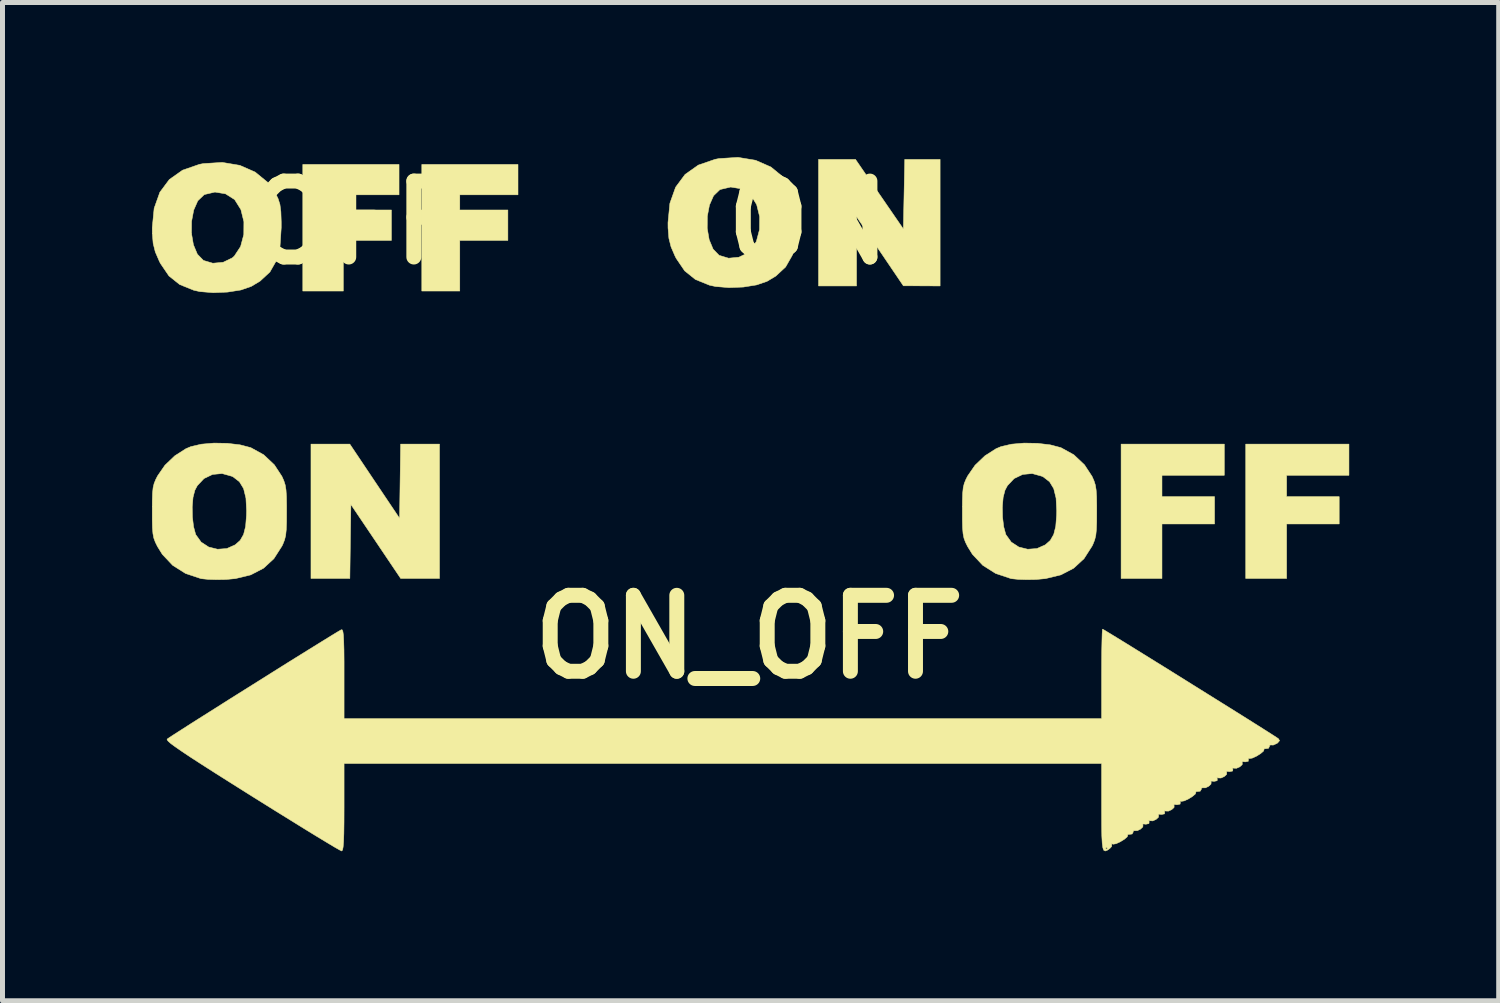
<source format=kicad_pcb>
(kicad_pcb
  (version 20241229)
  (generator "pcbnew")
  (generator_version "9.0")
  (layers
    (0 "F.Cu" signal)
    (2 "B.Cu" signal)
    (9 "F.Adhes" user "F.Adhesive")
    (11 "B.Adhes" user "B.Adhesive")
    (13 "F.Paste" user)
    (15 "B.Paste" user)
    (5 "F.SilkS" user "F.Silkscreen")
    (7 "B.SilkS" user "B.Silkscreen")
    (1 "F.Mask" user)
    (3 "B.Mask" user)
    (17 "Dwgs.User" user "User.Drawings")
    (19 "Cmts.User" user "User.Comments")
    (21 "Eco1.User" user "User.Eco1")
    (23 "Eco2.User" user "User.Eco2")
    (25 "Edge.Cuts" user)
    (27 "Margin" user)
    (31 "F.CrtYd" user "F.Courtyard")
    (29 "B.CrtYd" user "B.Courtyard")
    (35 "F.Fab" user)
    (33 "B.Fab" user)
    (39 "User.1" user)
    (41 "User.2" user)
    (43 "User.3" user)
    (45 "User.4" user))
  (footprint "ON_OFF"
    (layer "F.Cu")
    (at 11.982 9.73)
    (property "Reference" "ON_OFF" (at 0 0 0) (layer "F.SilkS") (effects (font (size 1.524 1.524) (thickness 0.3))))
    (attr through_hole)
    (fp_poly (pts (xy 9.535 -3.243) (xy 8.284 -3.243) (xy 8.284 -2.814) (xy 9.339 -2.814) (xy 9.339 -2.266) (xy 8.284 -2.266) (xy 8.284 -1.172) (xy 7.464 -1.172) (xy 7.464 -3.869) (xy 9.535 -3.869) (xy 9.535 -3.243)) (stroke (width 0.01) (type solid)) (fill yes) (layer "F.SilkS"))
    (fp_poly (pts (xy 12.036 -3.243) (xy 10.785 -3.243) (xy 10.785 -2.814) (xy 11.84 -2.814) (xy 11.84 -2.266) (xy 10.785 -2.266) (xy 10.785 -1.172) (xy 9.965 -1.172) (xy 9.965 -3.869) (xy 12.036 -3.869) (xy 12.036 -3.243)) (stroke (width 0.01) (type solid)) (fill yes) (layer "F.SilkS"))
    (fp_poly (pts (xy -7.514 -3.124) (xy -7.014 -2.379) (xy -6.993 -3.869) (xy -6.213 -3.869) (xy -6.213 -1.172) (xy -6.991 -1.172) (xy -7.491 -1.915) (xy -7.991 -2.657) (xy -8.002 -1.915) (xy -8.012 -1.172) (xy -8.792 -1.172) (xy -8.792 -3.869) (xy -8.013 -3.869) (xy -7.514 -3.124)) (stroke (width 0.01) (type solid)) (fill yes) (layer "F.SilkS"))
    (fp_poly (pts (xy -10.469 -3.884) (xy -10.215 -3.854) (xy -10.005 -3.799) (xy -9.997 -3.796) (xy -9.741 -3.655) (xy -9.527 -3.453) (xy -9.375 -3.221) (xy -9.336 -3.133) (xy -9.309 -3.048) (xy -9.293 -2.949) (xy -9.284 -2.815) (xy -9.281 -2.631) (xy -9.281 -2.52) (xy -9.282 -2.305) (xy -9.288 -2.15) (xy -9.3 -2.036) (xy -9.322 -1.947) (xy -9.355 -1.863) (xy -9.374 -1.823) (xy -9.536 -1.57) (xy -9.744 -1.378) (xy -10 -1.245) (xy -10.308 -1.17) (xy -10.501 -1.152) (xy -10.68 -1.149) (xy -10.85 -1.154) (xy -10.98 -1.167) (xy -11.004 -1.171) (xy -11.309 -1.273) (xy -11.567 -1.436) (xy -11.775 -1.657) (xy -11.873 -1.815) (xy -11.916 -1.902) (xy -11.945 -1.981) (xy -11.963 -2.072) (xy -11.973 -2.191) (xy -11.977 -2.356) (xy -11.977 -2.52) (xy -11.977 -2.61) (xy -11.175 -2.61) (xy -11.171 -2.404) (xy -11.148 -2.211) (xy -11.107 -2.059) (xy -11.102 -2.049) (xy -10.996 -1.902) (xy -10.844 -1.803) (xy -10.666 -1.759) (xy -10.48 -1.773) (xy -10.312 -1.848) (xy -10.212 -1.937) (xy -10.144 -2.056) (xy -10.103 -2.219) (xy -10.086 -2.44) (xy -10.084 -2.532) (xy -10.097 -2.785) (xy -10.144 -2.976) (xy -10.228 -3.114) (xy -10.354 -3.211) (xy -10.379 -3.223) (xy -10.575 -3.278) (xy -10.767 -3.26) (xy -10.938 -3.178) (xy -11.073 -3.035) (xy -11.122 -2.942) (xy -11.159 -2.799) (xy -11.175 -2.61) (xy -11.977 -2.61) (xy -11.976 -2.732) (xy -11.971 -2.884) (xy -11.96 -2.994) (xy -11.939 -3.08) (xy -11.906 -3.16) (xy -11.871 -3.229) (xy -11.722 -3.445) (xy -11.524 -3.634) (xy -11.302 -3.776) (xy -11.202 -3.818) (xy -10.992 -3.867) (xy -10.738 -3.889) (xy -10.469 -3.884)) (stroke (width 0.01) (type solid)) (fill yes) (layer "F.SilkS"))
    (fp_poly (pts (xy 5.787 -3.884) (xy 6.041 -3.854) (xy 6.251 -3.799) (xy 6.259 -3.796) (xy 6.515 -3.655) (xy 6.729 -3.453) (xy 6.881 -3.221) (xy 6.92 -3.133) (xy 6.947 -3.048) (xy 6.963 -2.949) (xy 6.972 -2.815) (xy 6.975 -2.631) (xy 6.975 -2.52) (xy 6.974 -2.305) (xy 6.968 -2.15) (xy 6.956 -2.036) (xy 6.934 -1.947) (xy 6.901 -1.863) (xy 6.882 -1.823) (xy 6.72 -1.57) (xy 6.512 -1.378) (xy 6.256 -1.245) (xy 5.948 -1.17) (xy 5.755 -1.152) (xy 5.576 -1.149) (xy 5.406 -1.154) (xy 5.276 -1.167) (xy 5.252 -1.171) (xy 4.947 -1.273) (xy 4.689 -1.436) (xy 4.481 -1.657) (xy 4.383 -1.815) (xy 4.34 -1.902) (xy 4.311 -1.981) (xy 4.293 -2.072) (xy 4.283 -2.191) (xy 4.279 -2.356) (xy 4.279 -2.52) (xy 4.279 -2.61) (xy 5.081 -2.61) (xy 5.085 -2.404) (xy 5.108 -2.211) (xy 5.149 -2.059) (xy 5.154 -2.049) (xy 5.26 -1.902) (xy 5.412 -1.803) (xy 5.59 -1.759) (xy 5.776 -1.773) (xy 5.944 -1.848) (xy 6.044 -1.937) (xy 6.112 -2.056) (xy 6.153 -2.219) (xy 6.17 -2.44) (xy 6.172 -2.532) (xy 6.159 -2.785) (xy 6.112 -2.976) (xy 6.028 -3.114) (xy 5.902 -3.211) (xy 5.877 -3.223) (xy 5.681 -3.278) (xy 5.489 -3.26) (xy 5.318 -3.178) (xy 5.183 -3.035) (xy 5.134 -2.942) (xy 5.097 -2.799) (xy 5.081 -2.61) (xy 4.279 -2.61) (xy 4.28 -2.732) (xy 4.285 -2.884) (xy 4.296 -2.994) (xy 4.317 -3.08) (xy 4.35 -3.16) (xy 4.385 -3.229) (xy 4.534 -3.445) (xy 4.732 -3.634) (xy 4.954 -3.776) (xy 5.054 -3.818) (xy 5.264 -3.867) (xy 5.518 -3.889) (xy 5.787 -3.884)) (stroke (width 0.01) (type solid)) (fill yes) (layer "F.SilkS"))
    (fp_poly (pts (xy 7.128 -0.136) (xy 7.222 -0.079) (xy 7.368 0.01) (xy 7.557 0.126) (xy 7.783 0.266) (xy 8.038 0.424) (xy 8.314 0.595) (xy 8.603 0.775) (xy 8.899 0.96) (xy 9.194 1.144) (xy 9.481 1.323) (xy 9.752 1.492) (xy 9.999 1.647) (xy 10.215 1.783) (xy 10.392 1.895) (xy 10.524 1.979) (xy 10.602 2.03) (xy 10.62 2.042) (xy 10.644 2.082) (xy 10.603 2.129) (xy 10.591 2.137) (xy 10.516 2.171) (xy 10.472 2.168) (xy 10.442 2.174) (xy 10.442 2.195) (xy 10.421 2.236) (xy 10.382 2.241) (xy 10.333 2.246) (xy 10.333 2.257) (xy 10.322 2.291) (xy 10.264 2.341) (xy 10.181 2.393) (xy 10.099 2.431) (xy 10.042 2.441) (xy 10.036 2.438) (xy 10.01 2.434) (xy 10.019 2.456) (xy 10.016 2.496) (xy 9.954 2.508) (xy 9.906 2.502) (xy 9.888 2.514) (xy 9.896 2.523) (xy 9.894 2.563) (xy 9.846 2.607) (xy 9.78 2.636) (xy 9.725 2.634) (xy 9.724 2.634) (xy 9.697 2.629) (xy 9.707 2.651) (xy 9.703 2.691) (xy 9.641 2.704) (xy 9.593 2.698) (xy 9.576 2.709) (xy 9.583 2.719) (xy 9.582 2.758) (xy 9.534 2.802) (xy 9.468 2.832) (xy 9.412 2.83) (xy 9.411 2.829) (xy 9.385 2.825) (xy 9.394 2.847) (xy 9.391 2.886) (xy 9.329 2.899) (xy 9.281 2.893) (xy 9.263 2.904) (xy 9.271 2.914) (xy 9.268 2.953) (xy 9.22 2.998) (xy 9.156 3.029) (xy 9.104 3.028) (xy 9.074 3.033) (xy 9.075 3.055) (xy 9.053 3.095) (xy 9.014 3.101) (xy 8.966 3.105) (xy 8.965 3.117) (xy 8.955 3.151) (xy 8.896 3.201) (xy 8.814 3.252) (xy 8.732 3.29) (xy 8.674 3.3) (xy 8.668 3.298) (xy 8.642 3.294) (xy 8.652 3.316) (xy 8.648 3.355) (xy 8.586 3.368) (xy 8.538 3.362) (xy 8.52 3.373) (xy 8.528 3.383) (xy 8.527 3.422) (xy 8.479 3.466) (xy 8.413 3.496) (xy 8.357 3.494) (xy 8.356 3.494) (xy 8.33 3.489) (xy 8.339 3.511) (xy 8.336 3.551) (xy 8.274 3.563) (xy 8.226 3.557) (xy 8.208 3.569) (xy 8.216 3.579) (xy 8.214 3.618) (xy 8.166 3.662) (xy 8.1 3.692) (xy 8.044 3.689) (xy 8.044 3.689) (xy 8.017 3.684) (xy 8.027 3.706) (xy 8.023 3.746) (xy 7.961 3.759) (xy 7.913 3.753) (xy 7.895 3.764) (xy 7.903 3.774) (xy 7.9 3.813) (xy 7.852 3.858) (xy 7.788 3.889) (xy 7.736 3.888) (xy 7.707 3.893) (xy 7.707 3.915) (xy 7.685 3.955) (xy 7.647 3.96) (xy 7.598 3.965) (xy 7.598 3.977) (xy 7.587 4.011) (xy 7.529 4.061) (xy 7.446 4.112) (xy 7.363 4.15) (xy 7.304 4.16) (xy 7.297 4.157) (xy 7.27 4.149) (xy 7.277 4.161) (xy 7.274 4.206) (xy 7.238 4.245) (xy 7.187 4.281) (xy 7.147 4.296) (xy 7.118 4.283) (xy 7.101 4.24) (xy 7.151 4.24) (xy 7.171 4.259) (xy 7.19 4.24) (xy 7.171 4.22) (xy 7.151 4.24) (xy 7.101 4.24) (xy 7.098 4.232) (xy 7.085 4.138) (xy 7.077 3.991) (xy 7.074 3.783) (xy 7.073 3.508) (xy 7.073 3.419) (xy 7.073 2.54) (xy -8.128 2.54) (xy -8.128 3.419) (xy -8.129 3.717) (xy -8.132 3.944) (xy -8.138 4.109) (xy -8.147 4.217) (xy -8.159 4.277) (xy -8.176 4.296) (xy -8.177 4.296) (xy -8.218 4.275) (xy -8.32 4.217) (xy -8.475 4.124) (xy -8.677 4.002) (xy -8.92 3.853) (xy -9.197 3.681) (xy -9.503 3.492) (xy -9.831 3.287) (xy -9.977 3.196) (xy -10.374 2.946) (xy -10.708 2.735) (xy -10.985 2.558) (xy -11.209 2.413) (xy -11.383 2.297) (xy -11.513 2.207) (xy -11.603 2.141) (xy -11.656 2.094) (xy -11.679 2.064) (xy -11.677 2.05) (xy -11.634 2.02) (xy -11.533 1.954) (xy -11.38 1.856) (xy -11.185 1.731) (xy -10.954 1.585) (xy -10.694 1.421) (xy -10.415 1.244) (xy -10.123 1.061) (xy -9.825 0.874) (xy -9.531 0.689) (xy -9.247 0.511) (xy -8.98 0.345) (xy -8.74 0.196) (xy -8.533 0.068) (xy -8.366 -0.035) (xy -8.249 -0.106) (xy -8.188 -0.141) (xy -8.182 -0.144) (xy -8.164 -0.14) (xy -8.151 -0.105) (xy -8.141 -0.033) (xy -8.135 0.085) (xy -8.13 0.258) (xy -8.128 0.494) (xy -8.128 0.738) (xy -8.128 1.641) (xy 7.073 1.641) (xy 7.073 0.742) (xy 7.074 0.487) (xy 7.076 0.259) (xy 7.08 0.071) (xy 7.084 -0.067) (xy 7.089 -0.144) (xy 7.093 -0.156) (xy 7.128 -0.136)) (stroke (width 0.01) (type solid)) (fill yes) (layer "F.SilkS")))
  (footprint "ON"
    (layer "F.Cu")
    (at 13.172 1.418)
    (property "Reference" "ON" (at 0 0 0) (layer "F.SilkS") (effects (font (size 1.524 1.524) (thickness 0.3))))
    (attr through_hole)
    (fp_poly (pts (xy 1.424 -0.572) (xy 1.905 0.127) (xy 1.919 -0.572) (xy 1.933 -1.27) (xy 2.642 -1.27) (xy 2.642 1.27) (xy 2.273 1.268) (xy 1.905 1.267) (xy 0.965 -0.121) (xy 0.965 1.27) (xy 0.203 1.27) (xy 0.203 -1.27) (xy 0.944 -1.27) (xy 1.424 -0.572)) (stroke (width 0.01) (type solid)) (fill yes) (layer "F.SilkS"))
    (fp_poly (pts (xy -1.061 -1.252) (xy -0.753 -1.117) (xy -0.5 -0.91) (xy -0.356 -0.709) (xy -0.294 -0.587) (xy -0.256 -0.468) (xy -0.237 -0.321) (xy -0.23 -0.117) (xy -0.23 0) (xy -0.254 0.369) (xy -0.327 0.66) (xy -0.458 0.889) (xy -0.655 1.072) (xy -0.832 1.178) (xy -1.04 1.249) (xy -1.307 1.292) (xy -1.594 1.303) (xy -1.863 1.281) (xy -1.984 1.255) (xy -2.268 1.14) (xy -2.483 0.967) (xy -2.653 0.717) (xy -2.676 0.672) (xy -2.757 0.485) (xy -2.8 0.314) (xy -2.816 0.113) (xy -2.031 0.113) (xy -1.992 0.341) (xy -1.913 0.531) (xy -1.792 0.656) (xy -1.791 0.656) (xy -1.602 0.713) (xy -1.395 0.693) (xy -1.211 0.604) (xy -1.171 0.569) (xy -1.045 0.377) (xy -0.981 0.137) (xy -0.979 -0.121) (xy -1.039 -0.363) (xy -1.161 -0.559) (xy -1.171 -0.569) (xy -1.348 -0.68) (xy -1.56 -0.715) (xy -1.765 -0.667) (xy -1.781 -0.659) (xy -1.904 -0.54) (xy -1.986 -0.354) (xy -2.029 -0.128) (xy -2.031 0.113) (xy -2.816 0.113) (xy -2.817 0.109) (xy -2.818 0) (xy -2.78 -0.389) (xy -2.665 -0.712) (xy -2.475 -0.968) (xy -2.21 -1.155) (xy -1.873 -1.271) (xy -1.795 -1.286) (xy -1.413 -1.31) (xy -1.061 -1.252)) (stroke (width 0.01) (type solid)) (fill yes) (layer "F.SilkS")))
  (footprint "OFF"
    (layer "F.Cu")
    (at 4.093 1.418)
    (property "Reference" "OFF" (at 0 0 0) (layer "F.SilkS") (effects (font (size 1.524 1.524) (thickness 0.3))))
    (attr through_hole)
    (fp_poly (pts (xy 0.864 -0.559) (xy -0.254 -0.559) (xy -0.254 -0.254) (xy 0.711 -0.254) (xy 0.711 0.356) (xy -0.254 0.356) (xy -0.254 1.372) (xy -1.067 1.372) (xy -1.067 -1.168) (xy 0.864 -1.168) (xy 0.864 -0.559)) (stroke (width 0.01) (type solid)) (fill yes) (layer "F.SilkS"))
    (fp_poly (pts (xy 3.251 -0.559) (xy 2.083 -0.559) (xy 2.083 -0.254) (xy 3.048 -0.254) (xy 3.048 0.356) (xy 2.083 0.356) (xy 2.083 1.372) (xy 1.321 1.372) (xy 1.321 -1.168) (xy 3.251 -1.168) (xy 3.251 -0.559)) (stroke (width 0.01) (type solid)) (fill yes) (layer "F.SilkS"))
    (fp_poly (pts (xy -2.331 -1.15) (xy -2.023 -1.015) (xy -1.77 -0.808) (xy -1.626 -0.607) (xy -1.564 -0.485) (xy -1.526 -0.366) (xy -1.507 -0.219) (xy -1.5 -0.015) (xy -1.5 0.102) (xy -1.524 0.47) (xy -1.597 0.762) (xy -1.728 0.991) (xy -1.925 1.173) (xy -2.102 1.279) (xy -2.31 1.351) (xy -2.577 1.393) (xy -2.864 1.405) (xy -3.133 1.383) (xy -3.254 1.356) (xy -3.538 1.241) (xy -3.753 1.069) (xy -3.923 0.819) (xy -3.946 0.774) (xy -4.027 0.587) (xy -4.07 0.415) (xy -4.086 0.214) (xy -3.301 0.214) (xy -3.262 0.443) (xy -3.183 0.632) (xy -3.062 0.757) (xy -3.061 0.758) (xy -2.872 0.814) (xy -2.665 0.795) (xy -2.481 0.706) (xy -2.441 0.67) (xy -2.315 0.479) (xy -2.251 0.238) (xy -2.249 -0.019) (xy -2.309 -0.262) (xy -2.431 -0.457) (xy -2.441 -0.467) (xy -2.618 -0.579) (xy -2.83 -0.614) (xy -3.035 -0.566) (xy -3.051 -0.557) (xy -3.174 -0.439) (xy -3.256 -0.253) (xy -3.299 -0.026) (xy -3.301 0.214) (xy -4.086 0.214) (xy -4.087 0.21) (xy -4.088 0.102) (xy -4.05 -0.288) (xy -3.935 -0.611) (xy -3.745 -0.866) (xy -3.48 -1.053) (xy -3.143 -1.17) (xy -3.065 -1.185) (xy -2.683 -1.209) (xy -2.331 -1.15)) (stroke (width 0.01) (type solid)) (fill yes) (layer "F.SilkS")))
  (gr_rect
    (start -3 -3)
    (end 27.023 17.031)
    (stroke (width 0.1) (type default))
    (fill no)
    (layer "Edge.Cuts")))
</source>
